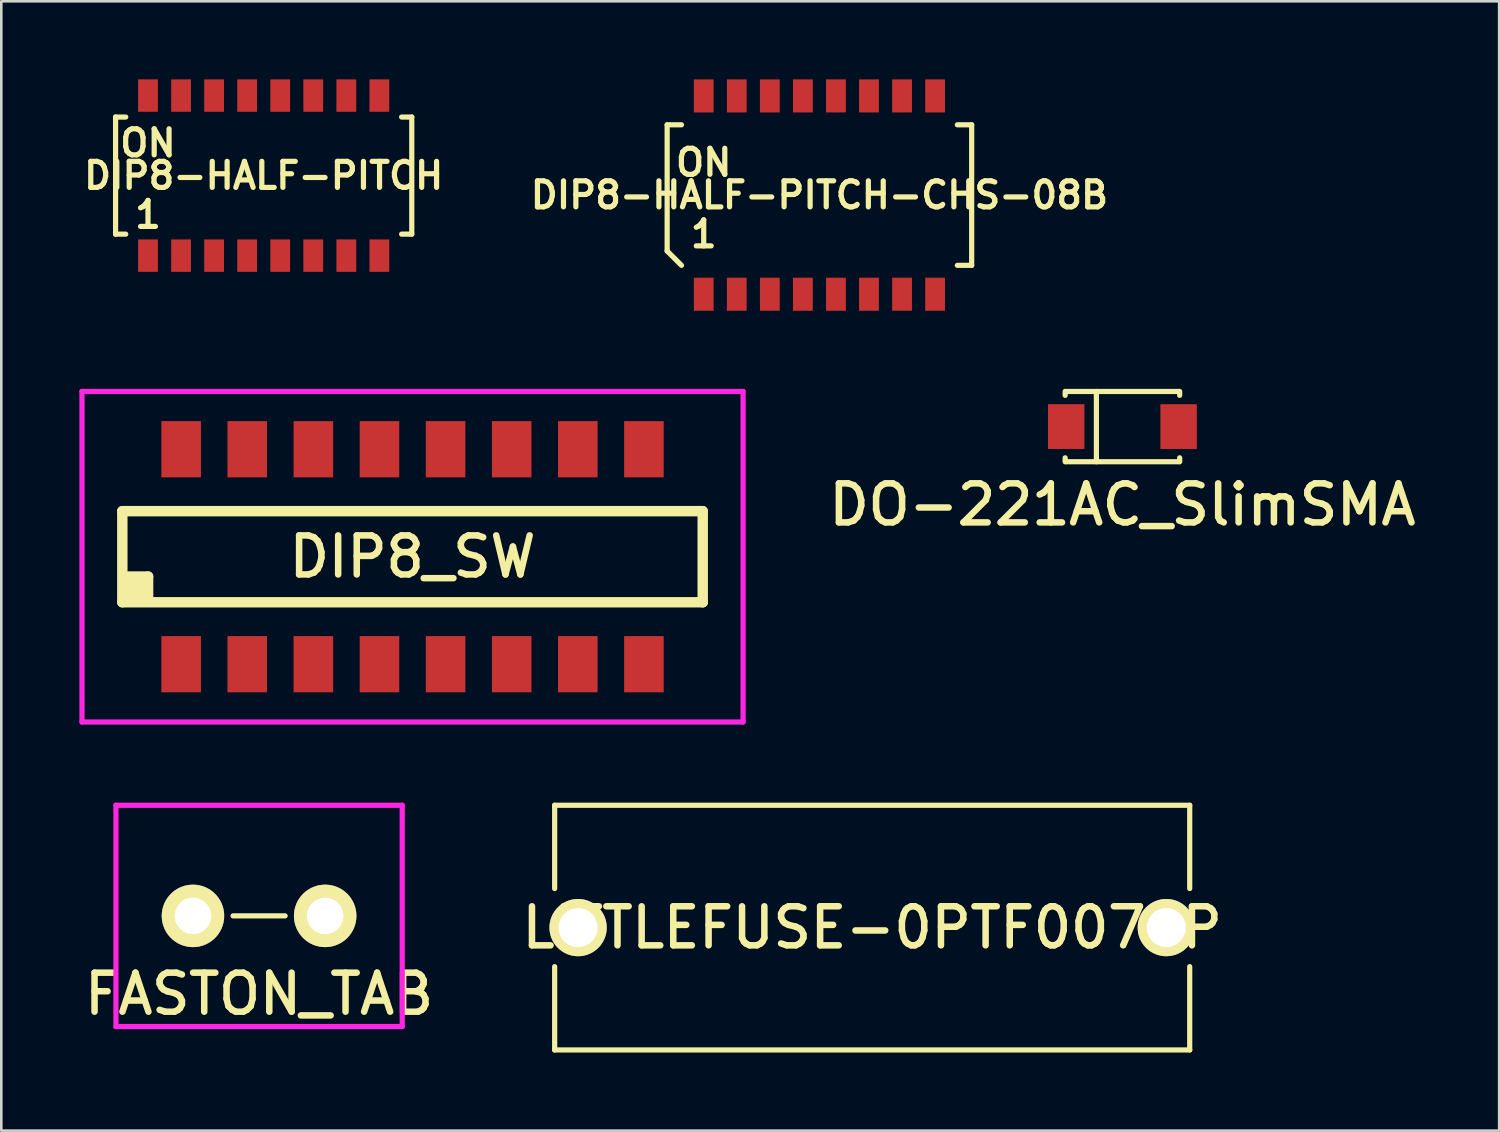
<source format=kicad_pcb>
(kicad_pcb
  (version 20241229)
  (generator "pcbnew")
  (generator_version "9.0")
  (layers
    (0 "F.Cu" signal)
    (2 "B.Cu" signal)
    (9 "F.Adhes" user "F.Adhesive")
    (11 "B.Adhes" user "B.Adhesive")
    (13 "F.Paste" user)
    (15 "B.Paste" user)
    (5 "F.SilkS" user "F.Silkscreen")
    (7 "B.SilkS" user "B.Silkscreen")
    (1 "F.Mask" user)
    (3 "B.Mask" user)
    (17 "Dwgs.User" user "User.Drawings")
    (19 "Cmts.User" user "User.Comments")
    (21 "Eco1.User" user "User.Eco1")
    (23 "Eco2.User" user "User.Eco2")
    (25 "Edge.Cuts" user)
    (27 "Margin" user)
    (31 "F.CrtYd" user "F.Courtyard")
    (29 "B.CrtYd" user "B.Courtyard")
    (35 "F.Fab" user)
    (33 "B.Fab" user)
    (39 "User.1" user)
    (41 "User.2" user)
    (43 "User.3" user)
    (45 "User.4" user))
  (footprint "DIP8-HALF-PITCH-CHS-08B"
    (layer "F.Cu")
    (at 28.433 4.445)
    (property "Reference" "DIP8-HALF-PITCH-CHS-08B" (at 0 0 0) (layer "F.SilkS") (effects (font (size 1 1) (thickness 0.2))))
    (attr through_hole)
    (fp_line (start -5.85 -2.7) (end -5.3 -2.7) (stroke (width 0.2) (type solid)) (layer "F.SilkS"))
    (fp_line (start -5.85 2.15) (end -5.85 -2.7) (stroke (width 0.2) (type solid)) (layer "F.SilkS"))
    (fp_line (start -5.85 2.15) (end -5.3 2.7) (stroke (width 0.2) (type solid)) (layer "F.SilkS"))
    (fp_line (start 5.85 -2.7) (end 5.3 -2.7) (stroke (width 0.2) (type solid)) (layer "F.SilkS"))
    (fp_line (start 5.85 -2.7) (end 5.85 2.7) (stroke (width 0.2) (type solid)) (layer "F.SilkS"))
    (fp_line (start 5.85 2.7) (end 5.3 2.7) (stroke (width 0.2) (type solid)) (layer "F.SilkS"))
    (fp_text user "1" (at -4.445 1.5 0) (layer "F.SilkS") (effects (font (size 1 1) (thickness 0.2))))
    (fp_text user "ON" (at -4.445 -1.25 0) (layer "F.SilkS") (effects (font (size 1 1) (thickness 0.2))))
    (pad "1" smd rect (at -4.445 3.81) (size 0.76 1.27) (layers "F.Cu" "F.Mask" "F.Paste"))
    (pad "2" smd rect (at -3.175 3.81) (size 0.76 1.27) (layers "F.Cu" "F.Mask" "F.Paste"))
    (pad "3" smd rect (at -1.905 3.81) (size 0.76 1.27) (layers "F.Cu" "F.Mask" "F.Paste"))
    (pad "4" smd rect (at -0.635 3.81) (size 0.76 1.27) (layers "F.Cu" "F.Mask" "F.Paste"))
    (pad "5" smd rect (at 0.635 3.81) (size 0.76 1.27) (layers "F.Cu" "F.Mask" "F.Paste"))
    (pad "6" smd rect (at 1.905 3.81) (size 0.76 1.27) (layers "F.Cu" "F.Mask" "F.Paste"))
    (pad "7" smd rect (at 3.175 3.81) (size 0.76 1.27) (layers "F.Cu" "F.Mask" "F.Paste"))
    (pad "8" smd rect (at 4.445 3.81) (size 0.76 1.27) (layers "F.Cu" "F.Mask" "F.Paste"))
    (pad "9" smd rect (at 4.445 -3.81) (size 0.76 1.27) (layers "F.Cu" "F.Mask" "F.Paste"))
    (pad "10" smd rect (at 3.175 -3.81) (size 0.76 1.27) (layers "F.Cu" "F.Mask" "F.Paste"))
    (pad "11" smd rect (at 1.905 -3.81) (size 0.76 1.27) (layers "F.Cu" "F.Mask" "F.Paste"))
    (pad "12" smd rect (at 0.635 -3.81) (size 0.76 1.27) (layers "F.Cu" "F.Mask" "F.Paste"))
    (pad "13" smd rect (at -0.635 -3.81) (size 0.76 1.27) (layers "F.Cu" "F.Mask" "F.Paste"))
    (pad "14" smd rect (at -1.905 -3.81) (size 0.76 1.27) (layers "F.Cu" "F.Mask" "F.Paste"))
    (pad "15" smd rect (at -3.175 -3.81) (size 0.76 1.27) (layers "F.Cu" "F.Mask" "F.Paste"))
    (pad "16" smd rect (at -4.445 -3.81) (size 0.76 1.27) (layers "F.Cu" "F.Mask" "F.Paste")))
  (footprint "DO-221AC_SlimSMA"
    (layer "F.Cu")
    (at 40.075 13.34)
    (property "Reference" "DO-221AC_SlimSMA" (at 0 3 0) (layer "F.SilkS") (effects (font (size 1.5 1.5) (thickness 0.25))))
    (attr through_hole)
    (fp_line (start -2.2 -1.35) (end -2.2 -1.2) (stroke (width 0.2) (type solid)) (layer "F.SilkS"))
    (fp_line (start -2.2 1.35) (end -2.2 1.2) (stroke (width 0.2) (type solid)) (layer "F.SilkS"))
    (fp_line (start -2.175 -1.35) (end 2.175 -1.35) (stroke (width 0.2) (type solid)) (layer "F.SilkS"))
    (fp_line (start -2.175 1.35) (end 2.175 1.35) (stroke (width 0.2) (type solid)) (layer "F.SilkS"))
    (fp_line (start -1 -1.35) (end -1 1.35) (stroke (width 0.2) (type solid)) (layer "F.SilkS"))
    (fp_line (start 2.2 -1.35) (end 2.2 -1.2) (stroke (width 0.2) (type solid)) (layer "F.SilkS"))
    (fp_line (start 2.2 1.35) (end 2.2 1.2) (stroke (width 0.2) (type solid)) (layer "F.SilkS"))
    (pad "1" smd rect (at 2.16 0) (size 1.4 1.72) (layers "F.Cu" "F.Mask" "F.Paste"))
    (pad "2" smd rect (at -2.16 0) (size 1.4 1.72) (layers "F.Cu" "F.Mask" "F.Paste")))
  (footprint "DIP8-HALF-PITCH"
    (layer "F.Cu")
    (at 7.081 3.697)
    (property "Reference" "DIP8-HALF-PITCH" (at 0 0 0) (layer "F.SilkS") (effects (font (size 1 1) (thickness 0.2))))
    (attr through_hole)
    (fp_line (start -5.69 -2.25) (end -5.3 -2.25) (stroke (width 0.2) (type solid)) (layer "F.SilkS"))
    (fp_line (start -5.69 2.25) (end -5.69 -2.25) (stroke (width 0.2) (type solid)) (layer "F.SilkS"))
    (fp_line (start -5.3 2.25) (end -5.69 2.25) (stroke (width 0.2) (type solid)) (layer "F.SilkS"))
    (fp_line (start 5.69 -2.25) (end 5.3 -2.25) (stroke (width 0.2) (type solid)) (layer "F.SilkS"))
    (fp_line (start 5.69 -2.25) (end 5.69 2.25) (stroke (width 0.2) (type solid)) (layer "F.SilkS"))
    (fp_line (start 5.69 2.25) (end 5.3 2.25) (stroke (width 0.2) (type solid)) (layer "F.SilkS"))
    (fp_text user "1" (at -4.445 1.5 0) (layer "F.SilkS") (effects (font (size 1 1) (thickness 0.2))))
    (fp_text user "ON" (at -4.445 -1.25 0) (layer "F.SilkS") (effects (font (size 1 1) (thickness 0.2))))
    (pad "1" smd rect (at -4.445 3.075) (size 0.76 1.245) (layers "F.Cu" "F.Mask" "F.Paste"))
    (pad "2" smd rect (at -3.175 3.075) (size 0.76 1.245) (layers "F.Cu" "F.Mask" "F.Paste"))
    (pad "3" smd rect (at -1.905 3.075) (size 0.76 1.245) (layers "F.Cu" "F.Mask" "F.Paste"))
    (pad "4" smd rect (at -0.635 3.075) (size 0.76 1.245) (layers "F.Cu" "F.Mask" "F.Paste"))
    (pad "5" smd rect (at 0.635 3.075) (size 0.76 1.245) (layers "F.Cu" "F.Mask" "F.Paste"))
    (pad "6" smd rect (at 1.905 3.075) (size 0.76 1.245) (layers "F.Cu" "F.Mask" "F.Paste"))
    (pad "7" smd rect (at 3.175 3.075) (size 0.76 1.245) (layers "F.Cu" "F.Mask" "F.Paste"))
    (pad "8" smd rect (at 4.445 3.075) (size 0.76 1.245) (layers "F.Cu" "F.Mask" "F.Paste"))
    (pad "9" smd rect (at 4.445 -3.075) (size 0.76 1.245) (layers "F.Cu" "F.Mask" "F.Paste"))
    (pad "10" smd rect (at 3.175 -3.075) (size 0.76 1.245) (layers "F.Cu" "F.Mask" "F.Paste"))
    (pad "11" smd rect (at 1.905 -3.075) (size 0.76 1.245) (layers "F.Cu" "F.Mask" "F.Paste"))
    (pad "12" smd rect (at 0.635 -3.075) (size 0.76 1.245) (layers "F.Cu" "F.Mask" "F.Paste"))
    (pad "13" smd rect (at -0.635 -3.075) (size 0.76 1.245) (layers "F.Cu" "F.Mask" "F.Paste"))
    (pad "14" smd rect (at -1.905 -3.075) (size 0.76 1.245) (layers "F.Cu" "F.Mask" "F.Paste"))
    (pad "15" smd rect (at -3.175 -3.075) (size 0.76 1.245) (layers "F.Cu" "F.Mask" "F.Paste"))
    (pad "16" smd rect (at -4.445 -3.075) (size 0.76 1.245) (layers "F.Cu" "F.Mask" "F.Paste")))
  (footprint "DIP8_SW"
    (layer "F.Cu")
    (at 12.8 18.34)
    (property "Reference" "DIP8_SW" (at 0 0 0) (layer "F.SilkS") (effects (font (size 1.5 1.5) (thickness 0.25))))
    (attr through_hole)
    (fp_line (start -11.15 -1.75) (end -11.15 1.75) (stroke (width 0.4) (type solid)) (layer "F.SilkS"))
    (fp_line (start -11.15 -1.75) (end 11.15 -1.75) (stroke (width 0.4) (type solid)) (layer "F.SilkS"))
    (fp_line (start -11.15 1.75) (end 11.15 1.75) (stroke (width 0.4) (type solid)) (layer "F.SilkS"))
    (fp_line (start -10.922 0.762) (end -10.16 0.762) (stroke (width 0.4) (type solid)) (layer "F.SilkS"))
    (fp_line (start -10.795 0.889) (end -10.795 1.651) (stroke (width 0.5) (type solid)) (layer "F.SilkS"))
    (fp_line (start -10.541 0.889) (end -10.541 1.651) (stroke (width 0.5) (type solid)) (layer "F.SilkS"))
    (fp_line (start -10.16 0.762) (end -10.16 1.524) (stroke (width 0.4) (type solid)) (layer "F.SilkS"))
    (fp_line (start 11.15 -1.75) (end 11.15 1.75) (stroke (width 0.4) (type solid)) (layer "F.SilkS"))
    (fp_line (start -12.7 -6.35) (end 12.7 -6.35) (stroke (width 0.2) (type solid)) (layer "F.CrtYd"))
    (fp_line (start -12.7 6.35) (end -12.7 -6.35) (stroke (width 0.2) (type solid)) (layer "F.CrtYd"))
    (fp_line (start 12.7 -6.35) (end 12.7 6.35) (stroke (width 0.2) (type solid)) (layer "F.CrtYd"))
    (fp_line (start 12.7 6.35) (end -12.7 6.35) (stroke (width 0.2) (type solid)) (layer "F.CrtYd"))
    (pad "1" smd rect (at -8.89 4.13) (size 1.52 2.16) (layers "F.Cu" "F.Mask" "F.Paste"))
    (pad "2" smd rect (at -6.35 4.13) (size 1.52 2.16) (layers "F.Cu" "F.Mask" "F.Paste"))
    (pad "3" smd rect (at -3.81 4.13) (size 1.52 2.16) (layers "F.Cu" "F.Mask" "F.Paste"))
    (pad "4" smd rect (at -1.27 4.13) (size 1.52 2.16) (layers "F.Cu" "F.Mask" "F.Paste"))
    (pad "5" smd rect (at 1.27 4.13) (size 1.52 2.16) (layers "F.Cu" "F.Mask" "F.Paste"))
    (pad "6" smd rect (at 3.81 4.13) (size 1.52 2.16) (layers "F.Cu" "F.Mask" "F.Paste"))
    (pad "7" smd rect (at 6.35 4.13) (size 1.52 2.16) (layers "F.Cu" "F.Mask" "F.Paste"))
    (pad "8" smd rect (at 8.89 4.13) (size 1.52 2.16) (layers "F.Cu" "F.Mask" "F.Paste"))
    (pad "9" smd rect (at 8.89 -4.13) (size 1.52 2.16) (layers "F.Cu" "F.Mask" "F.Paste"))
    (pad "10" smd rect (at 6.35 -4.13) (size 1.52 2.16) (layers "F.Cu" "F.Mask" "F.Paste"))
    (pad "11" smd rect (at 3.81 -4.13) (size 1.52 2.16) (layers "F.Cu" "F.Mask" "F.Paste"))
    (pad "12" smd rect (at 1.27 -4.13) (size 1.52 2.16) (layers "F.Cu" "F.Mask" "F.Paste"))
    (pad "13" smd rect (at -1.27 -4.13) (size 1.52 2.16) (layers "F.Cu" "F.Mask" "F.Paste"))
    (pad "14" smd rect (at -3.81 -4.13) (size 1.52 2.16) (layers "F.Cu" "F.Mask" "F.Paste"))
    (pad "15" smd rect (at -6.35 -4.13) (size 1.52 2.16) (layers "F.Cu" "F.Mask" "F.Paste"))
    (pad "16" smd rect (at -8.89 -4.13) (size 1.52 2.16) (layers "F.Cu" "F.Mask" "F.Paste")))
  (footprint "LITTLEFUSE-0PTF0078P"
    (layer "F.Cu")
    (at 30.461 32.59)
    (property "Reference" "LITTLEFUSE-0PTF0078P" (at 0 0 0) (layer "F.SilkS") (effects (font (size 1.5 1.5) (thickness 0.25))))
    (attr through_hole)
    (fp_line (start -12.2 -4.7) (end 12.2 -4.7) (stroke (width 0.2) (type solid)) (layer "F.SilkS"))
    (fp_line (start -12.2 -1.5) (end -12.2 -4.7) (stroke (width 0.2) (type solid)) (layer "F.SilkS"))
    (fp_line (start -12.2 4.7) (end -12.2 1.5) (stroke (width 0.2) (type solid)) (layer "F.SilkS"))
    (fp_line (start 12.2 -4.7) (end 12.2 -1.5) (stroke (width 0.2) (type solid)) (layer "F.SilkS"))
    (fp_line (start 12.2 1.5) (end 12.2 4.7) (stroke (width 0.2) (type solid)) (layer "F.SilkS"))
    (fp_line (start 12.2 4.7) (end -12.2 4.7) (stroke (width 0.2) (type solid)) (layer "F.SilkS"))
    (pad "1" thru_hole circle (at -11.3 0) (size 2.2 2.2) (drill 1.5) (layers "*.Cu" "*.Mask" "F.SilkS"))
    (pad "2" thru_hole circle (at 11.3 0) (size 2.2 2.2) (drill 1.5) (layers "*.Cu" "*.Mask" "F.SilkS")))
  (footprint "FASTON_TAB"
    (layer "F.Cu")
    (at 6.904 32.14)
    (property "Reference" "FASTON_TAB" (at 0 3 0) (layer "F.SilkS") (effects (font (size 1.5 1.5) (thickness 0.25))))
    (attr through_hole)
    (fp_line (start -1 0) (end 1 0) (stroke (width 0.2) (type solid)) (layer "F.SilkS"))
    (fp_line (start -5.5 -4.25) (end 5.5 -4.25) (stroke (width 0.2) (type solid)) (layer "F.CrtYd"))
    (fp_line (start -5.5 4.25) (end -5.5 -4.25) (stroke (width 0.2) (type solid)) (layer "F.CrtYd"))
    (fp_line (start 5.5 -4.25) (end 5.5 4.25) (stroke (width 0.2) (type solid)) (layer "F.CrtYd"))
    (fp_line (start 5.5 4.25) (end -5.5 4.25) (stroke (width 0.2) (type solid)) (layer "F.CrtYd"))
    (pad "1" thru_hole circle (at -2.54 0) (size 2.4 2.4) (drill 1.4) (layers "*.Cu" "*.Mask" "F.SilkS"))
    (pad "1" thru_hole circle (at 2.54 0) (size 2.4 2.4) (drill 1.4) (layers "*.Cu" "*.Mask" "F.SilkS")))
  (gr_rect
    (start -3 -3)
    (end 54.55 40.39)
    (stroke (width 0.1) (type default))
    (fill no)
    (layer "Edge.Cuts")))
</source>
